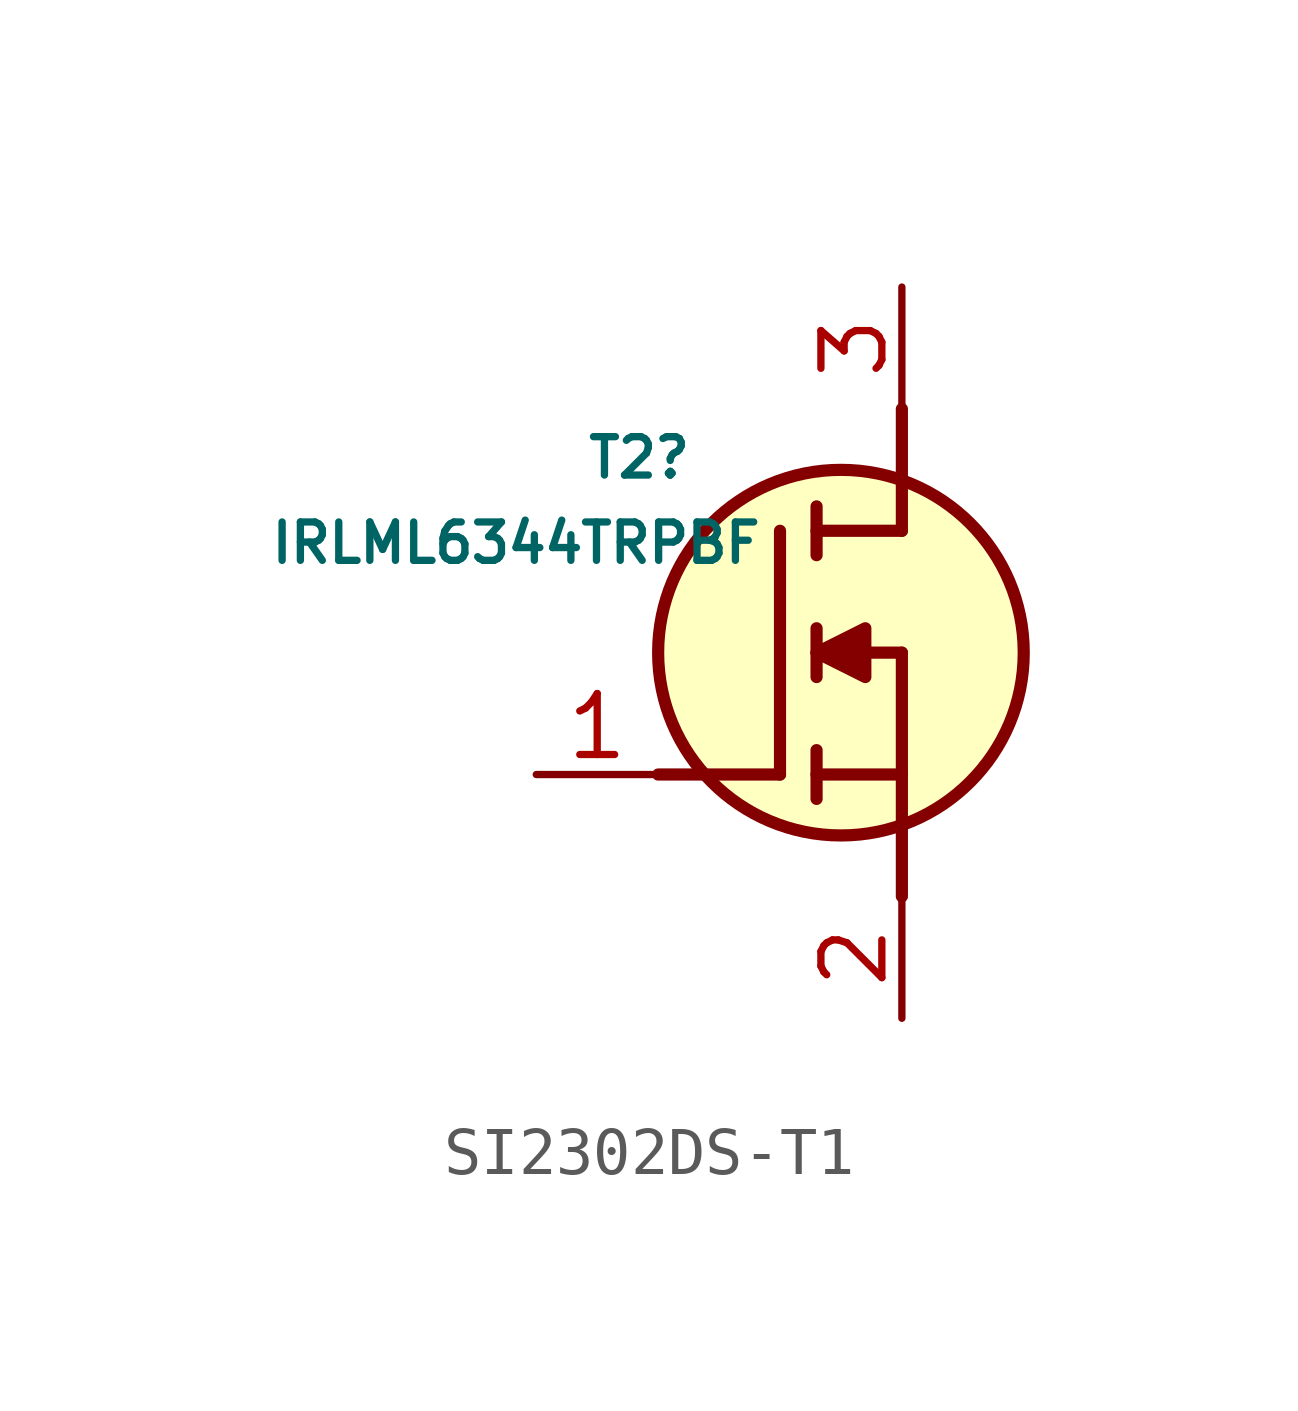
<source format=kicad_sym>
(kicad_symbol_lib
  (version 20241209)
  (generator "kicad_symbol_editor")
  (generator_version "9.0")
  (symbol "SI2302DS-T1"
    (pin_names
      (hide yes))
    (property "Reference" "T2"
      (at 1.016 6.604 0)
      (effects (font (size 0.8 0.8)) (justify left)))
    (property "Value" "IRLML6344TRPBF"
      (at -5.588 4.826 0)
      (effects (font (size 0.8 0.8)) (justify left)))
    (symbol "SI2302DS-T1_1_1"
      (polyline (pts (xy 2.54 0) (xy 5.08 0)) (stroke (width 0.254) (type default)) (fill (type none)))
      (polyline (pts (xy 5.08 5.08) (xy 5.08 0)) (stroke (width 0.254) (type default)) (fill (type none)))
      (polyline (pts (xy 5.842 5.588) (xy 5.842 4.572)) (stroke (width 0.254) (type default)) (fill (type none)))
      (polyline (pts (xy 5.842 2.54) (xy 6.858 3.048) (xy 6.858 2.032) (xy 5.842 2.54)) (stroke (width 0.254) (type default)) (fill (type outline)))
      (polyline (pts (xy 5.842 2.032) (xy 5.842 3.048)) (stroke (width 0.254) (type default)) (fill (type none)))
      (polyline (pts (xy 5.842 0) (xy 7.62 0)) (stroke (width 0.254) (type default)) (fill (type none)))
      (polyline (pts (xy 5.842 -0.508) (xy 5.842 0.508)) (stroke (width 0.254) (type default)) (fill (type none)))
      (circle (center 6.35 2.54) (radius 3.81) (stroke (width 0.254) (type default)) (fill (type background)))
      (polyline (pts (xy 7.62 5.08) (xy 5.842 5.08)) (stroke (width 0.254) (type default)) (fill (type none)))
      (polyline (pts (xy 7.62 5.08) (xy 7.62 7.62)) (stroke (width 0.254) (type default)) (fill (type none)))
      (polyline (pts (xy 7.62 2.54) (xy 5.842 2.54)) (stroke (width 0.254) (type default)) (fill (type none)))
      (polyline (pts (xy 7.62 2.54) (xy 7.62 -2.54)) (stroke (width 0.254) (type default)) (fill (type none)))
      (pin passive line (at 0 0 0) (length 2.54) (name "G" (effects (font (size 1.27 1.27)))) (number "1" (effects (font (size 1.27 1.27)))))
      (pin passive line (at 7.62 10.16 270) (length 2.54) (name "D" (effects (font (size 1.27 1.27)))) (number "3" (effects (font (size 1.27 1.27)))))
      (pin passive line (at 7.62 -5.08 90) (length 2.54) (name "S" (effects (font (size 1.27 1.27)))) (number "2" (effects (font (size 1.27 1.27))))))))
</source>
